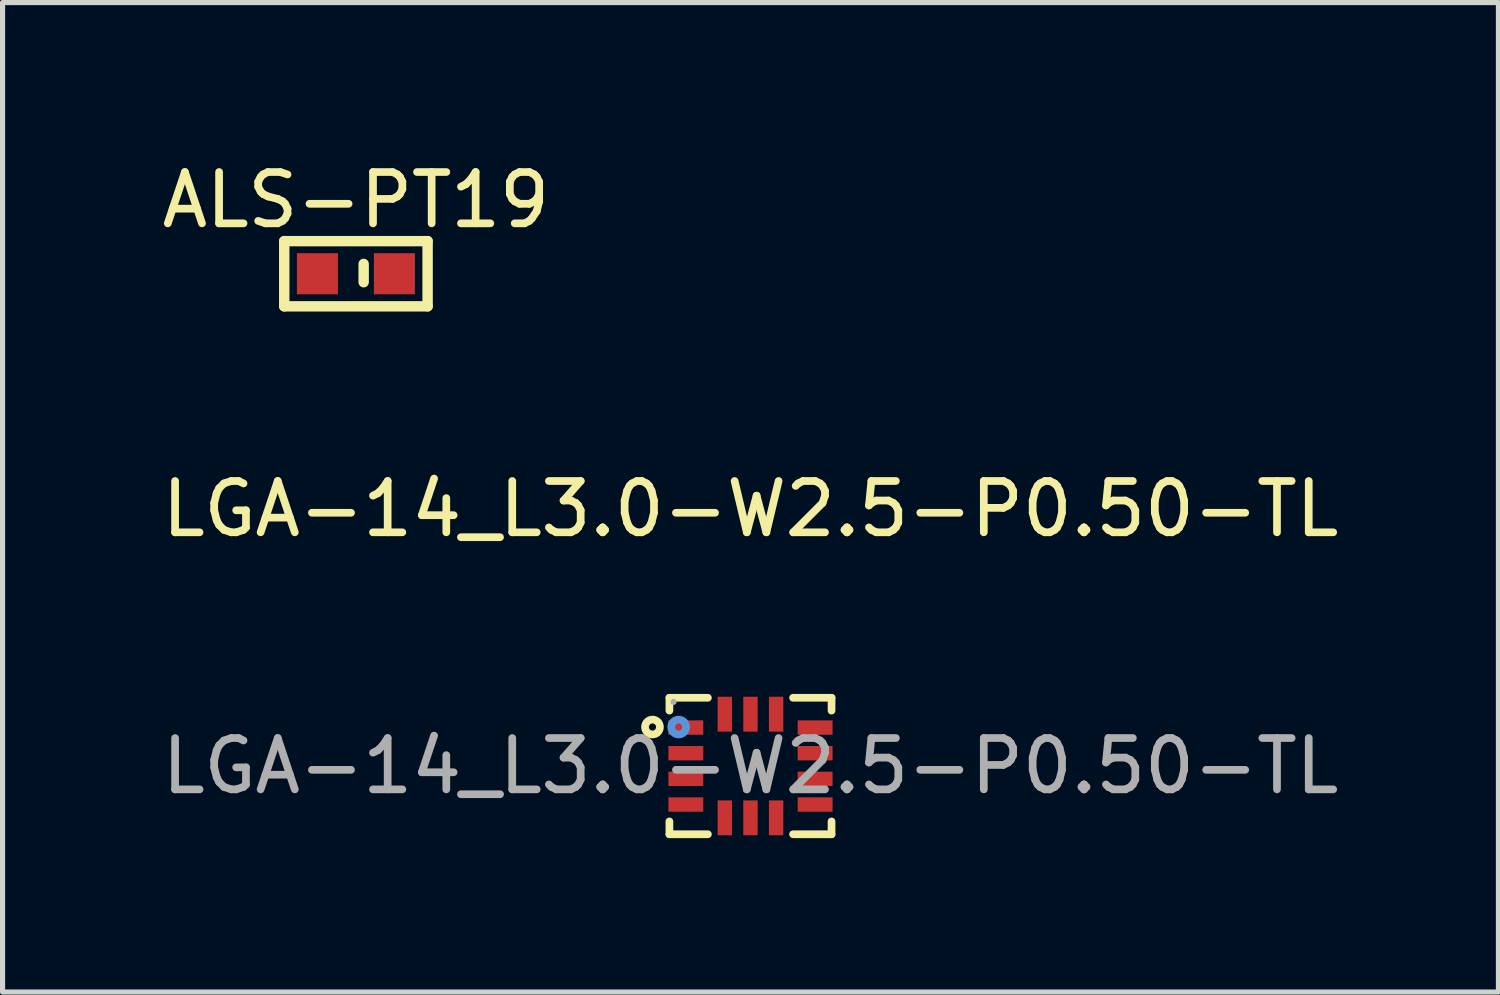
<source format=kicad_pcb>
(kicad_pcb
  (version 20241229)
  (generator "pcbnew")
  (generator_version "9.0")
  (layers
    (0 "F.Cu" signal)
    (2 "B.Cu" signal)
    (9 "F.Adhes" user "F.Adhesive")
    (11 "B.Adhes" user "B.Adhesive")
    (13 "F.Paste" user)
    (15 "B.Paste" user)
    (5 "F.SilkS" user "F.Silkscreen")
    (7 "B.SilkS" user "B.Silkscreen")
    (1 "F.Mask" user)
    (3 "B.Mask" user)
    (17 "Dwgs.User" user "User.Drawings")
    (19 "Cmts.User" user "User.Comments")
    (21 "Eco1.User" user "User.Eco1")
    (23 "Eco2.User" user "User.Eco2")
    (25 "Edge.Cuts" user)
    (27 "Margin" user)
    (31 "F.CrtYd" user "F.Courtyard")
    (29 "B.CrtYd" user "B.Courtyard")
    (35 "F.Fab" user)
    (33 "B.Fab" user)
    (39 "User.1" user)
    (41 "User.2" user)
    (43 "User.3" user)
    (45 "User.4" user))
  (footprint "LGA-14_L3.0-W2.5-P0.50-TL"
    (layer "F.Cu")
    (at 11.577 11.88)
    (property "Reference" "LGA-14_L3.0-W2.5-P0.50-TL" (at 0 -5.01 0) (layer "F.SilkS") (effects (font (size 1 1) (thickness 0.15))))
    (attr smd)
    (fp_line (start -1.58 -1.33) (end -1.58 -1.08) (stroke (width 0.15) (type solid)) (layer "F.SilkS"))
    (fp_line (start -1.58 1.33) (end -1.58 1.08) (stroke (width 0.15) (type solid)) (layer "F.SilkS"))
    (fp_line (start -0.83 -1.33) (end -1.58 -1.33) (stroke (width 0.15) (type solid)) (layer "F.SilkS"))
    (fp_line (start -0.83 1.33) (end -1.58 1.33) (stroke (width 0.15) (type solid)) (layer "F.SilkS"))
    (fp_line (start 0.83 -1.33) (end 1.58 -1.33) (stroke (width 0.15) (type solid)) (layer "F.SilkS"))
    (fp_line (start 0.83 1.33) (end 1.58 1.33) (stroke (width 0.15) (type solid)) (layer "F.SilkS"))
    (fp_line (start 1.58 -1.33) (end 1.58 -1.08) (stroke (width 0.15) (type solid)) (layer "F.SilkS"))
    (fp_line (start 1.58 1.33) (end 1.58 1.08) (stroke (width 0.15) (type solid)) (layer "F.SilkS"))
    (fp_circle (center -1.91 -0.76) (end -1.84 -0.76) (stroke (width 0.15) (type solid)) (fill no) (layer "F.SilkS"))
    (fp_circle (center -1.4 -0.76) (end -1.33 -0.76) (stroke (width 0.15) (type solid)) (fill no) (layer "Cmts.User"))
    (fp_circle (center -1.5 -1.25) (end -1.47 -1.25) (stroke (width 0.06) (type solid)) (fill no) (layer "F.Fab"))
    (fp_text user "${REFERENCE}" (at 0 0 0) (layer "F.Fab") (effects (font (size 1 1) (thickness 0.15))))
    (pad "1" smd rect (at -1.26 -0.75) (size 0.68 0.28) (layers "F.Cu" "F.Mask" "F.Paste"))
    (pad "2" smd rect (at -1.26 -0.25) (size 0.68 0.28) (layers "F.Cu" "F.Mask" "F.Paste"))
    (pad "3" smd rect (at -1.26 0.25) (size 0.68 0.28) (layers "F.Cu" "F.Mask" "F.Paste"))
    (pad "4" smd rect (at -1.26 0.75) (size 0.68 0.28) (layers "F.Cu" "F.Mask" "F.Paste"))
    (pad "5" smd rect (at -0.5 1.01) (size 0.28 0.68) (layers "F.Cu" "F.Mask" "F.Paste"))
    (pad "6" smd rect (at 0 1.01) (size 0.28 0.68) (layers "F.Cu" "F.Mask" "F.Paste"))
    (pad "7" smd rect (at 0.5 1.01) (size 0.28 0.68) (layers "F.Cu" "F.Mask" "F.Paste"))
    (pad "8" smd rect (at 1.26 0.75) (size 0.68 0.28) (layers "F.Cu" "F.Mask" "F.Paste"))
    (pad "9" smd rect (at 1.26 0.25) (size 0.68 0.28) (layers "F.Cu" "F.Mask" "F.Paste"))
    (pad "10" smd rect (at 1.26 -0.25) (size 0.68 0.28) (layers "F.Cu" "F.Mask" "F.Paste"))
    (pad "11" smd rect (at 1.26 -0.75) (size 0.68 0.28) (layers "F.Cu" "F.Mask" "F.Paste"))
    (pad "12" smd rect (at 0.5 -1.01) (size 0.28 0.68) (layers "F.Cu" "F.Mask" "F.Paste"))
    (pad "13" smd rect (at 0 -1.01) (size 0.28 0.68) (layers "F.Cu" "F.Mask" "F.Paste"))
    (pad "14" smd rect (at -0.5 -1.01) (size 0.28 0.68) (layers "F.Cu" "F.Mask" "F.Paste")))
  (footprint "ALS-PT19"
    (layer "F.Cu")
    (at 3.887 2.285)
    (property "Reference" "ALS-PT19" (at 0 -1.437 0) (layer "F.SilkS") (effects (font (size 1 1) (thickness 0.15))))
    (fp_line (start -1.397 -0.635) (end 1.397 -0.635) (stroke (width 0.203) (type solid)) (layer "F.SilkS"))
    (fp_line (start -1.397 0.635) (end -1.397 -0.635) (stroke (width 0.203) (type solid)) (layer "F.SilkS"))
    (fp_line (start -1.397 0.635) (end 1.397 0.635) (stroke (width 0.203) (type solid)) (layer "F.SilkS"))
    (fp_line (start 0.151 0.165) (end 0.151 -0.191) (stroke (width 0.203) (type solid)) (layer "F.SilkS"))
    (fp_line (start 1.397 0.635) (end 1.397 -0.635) (stroke (width 0.203) (type solid)) (layer "F.SilkS"))
    (pad "1" smd rect (at 0.75 0 90) (size 0.8 0.8) (layers "F.Cu" "F.Mask" "F.Paste"))
    (pad "2" smd rect (at -0.75 0 90) (size 0.8 0.8) (layers "F.Cu" "F.Mask" "F.Paste")))
  (gr_rect
    (start -3 -3)
    (end 26.155 16.285)
    (stroke (width 0.1) (type default))
    (fill no)
    (layer "Edge.Cuts")))
</source>
